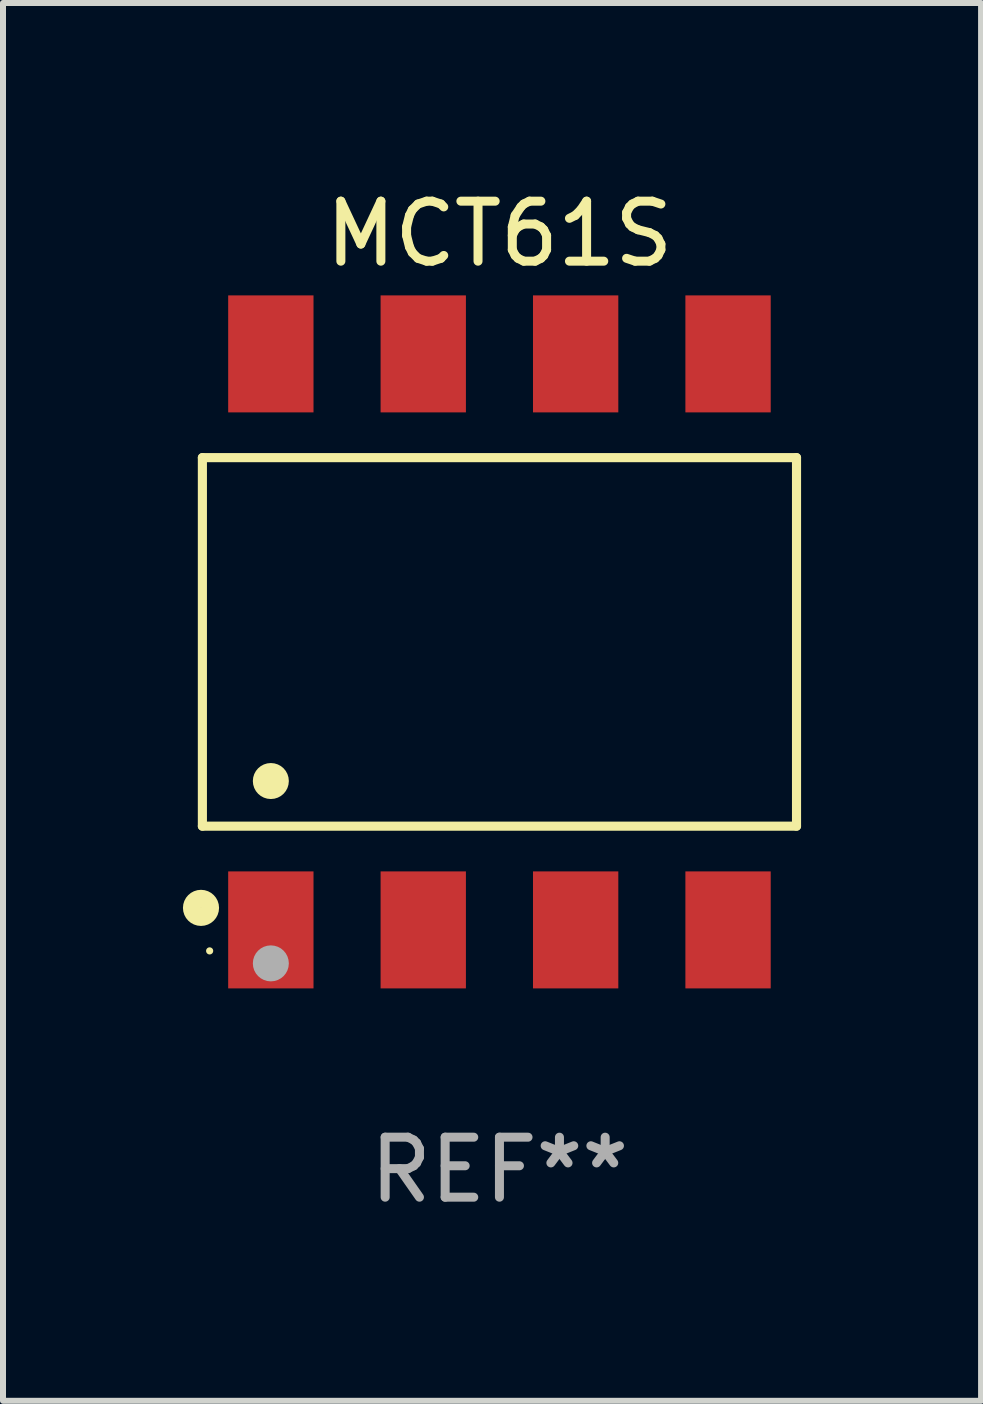
<source format=kicad_pcb>
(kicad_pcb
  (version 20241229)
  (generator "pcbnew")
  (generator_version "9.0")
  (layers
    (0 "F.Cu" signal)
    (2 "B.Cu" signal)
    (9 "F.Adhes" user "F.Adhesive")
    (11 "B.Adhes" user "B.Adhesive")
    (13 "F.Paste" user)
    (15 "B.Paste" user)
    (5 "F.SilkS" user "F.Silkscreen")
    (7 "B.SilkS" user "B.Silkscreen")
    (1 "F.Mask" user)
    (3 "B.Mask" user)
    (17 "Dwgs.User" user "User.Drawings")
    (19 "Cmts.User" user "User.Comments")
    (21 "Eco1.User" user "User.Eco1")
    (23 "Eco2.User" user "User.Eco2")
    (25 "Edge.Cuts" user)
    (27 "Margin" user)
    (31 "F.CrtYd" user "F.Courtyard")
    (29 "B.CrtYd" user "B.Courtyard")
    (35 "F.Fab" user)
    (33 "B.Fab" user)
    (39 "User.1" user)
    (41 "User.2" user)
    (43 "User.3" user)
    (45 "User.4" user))
  (footprint "MCT61S"
    (layer "F.Cu")
    (at 5.274 7.648)
    (property "Reference" "MCT61S" (at 0 -6.8 0) (layer "F.SilkS") (effects (font (size 1 1) (thickness 0.15))))
    (attr through_hole)
    (fp_line (start -4.951 -3.071) (end 4.951 -3.071) (stroke (width 0.152) (type solid)) (layer "F.SilkS"))
    (fp_line (start -4.951 3.071) (end -4.951 -3.071) (stroke (width 0.152) (type solid)) (layer "F.SilkS"))
    (fp_line (start 4.951 -3.071) (end 4.951 3.071) (stroke (width 0.152) (type solid)) (layer "F.SilkS"))
    (fp_line (start 4.951 3.071) (end -4.951 3.071) (stroke (width 0.152) (type solid)) (layer "F.SilkS"))
    (fp_circle (center -4.974 4.433) (end -4.823 4.433) (stroke (width 0.3) (type solid)) (fill no) (layer "F.SilkS"))
    (fp_circle (center -4.83 5.15) (end -4.8 5.15) (stroke (width 0.06) (type solid)) (fill no) (layer "F.SilkS"))
    (fp_circle (center -3.81 2.319) (end -3.66 2.319) (stroke (width 0.3) (type solid)) (fill no) (layer "F.SilkS"))
    (fp_circle (center -3.81 5.358) (end -3.66 5.358) (stroke (width 0.3) (type solid)) (fill no) (layer "F.Fab"))
    (fp_text user "REF**" (at 0 8.8 0) (layer "F.Fab") (effects (font (size 1 1) (thickness 0.15))))
    (pad "1" smd rect (at -3.81 4.8) (size 1.422 1.95) (layers "F.Cu" "F.Mask" "F.Paste"))
    (pad "2" smd rect (at -1.27 4.8) (size 1.422 1.95) (layers "F.Cu" "F.Mask" "F.Paste"))
    (pad "3" smd rect (at 1.27 4.8) (size 1.422 1.95) (layers "F.Cu" "F.Mask" "F.Paste"))
    (pad "4" smd rect (at 3.81 4.8) (size 1.422 1.95) (layers "F.Cu" "F.Mask" "F.Paste"))
    (pad "5" smd rect (at 3.81 -4.8) (size 1.422 1.95) (layers "F.Cu" "F.Mask" "F.Paste"))
    (pad "6" smd rect (at 1.27 -4.8) (size 1.422 1.95) (layers "F.Cu" "F.Mask" "F.Paste"))
    (pad "7" smd rect (at -1.27 -4.8) (size 1.422 1.95) (layers "F.Cu" "F.Mask" "F.Paste"))
    (pad "8" smd rect (at -3.81 -4.8) (size 1.422 1.95) (layers "F.Cu" "F.Mask" "F.Paste")))
  (gr_rect
    (start -3 -3)
    (end 13.301 20.296)
    (stroke (width 0.1) (type default))
    (fill no)
    (layer "Edge.Cuts")))
</source>
